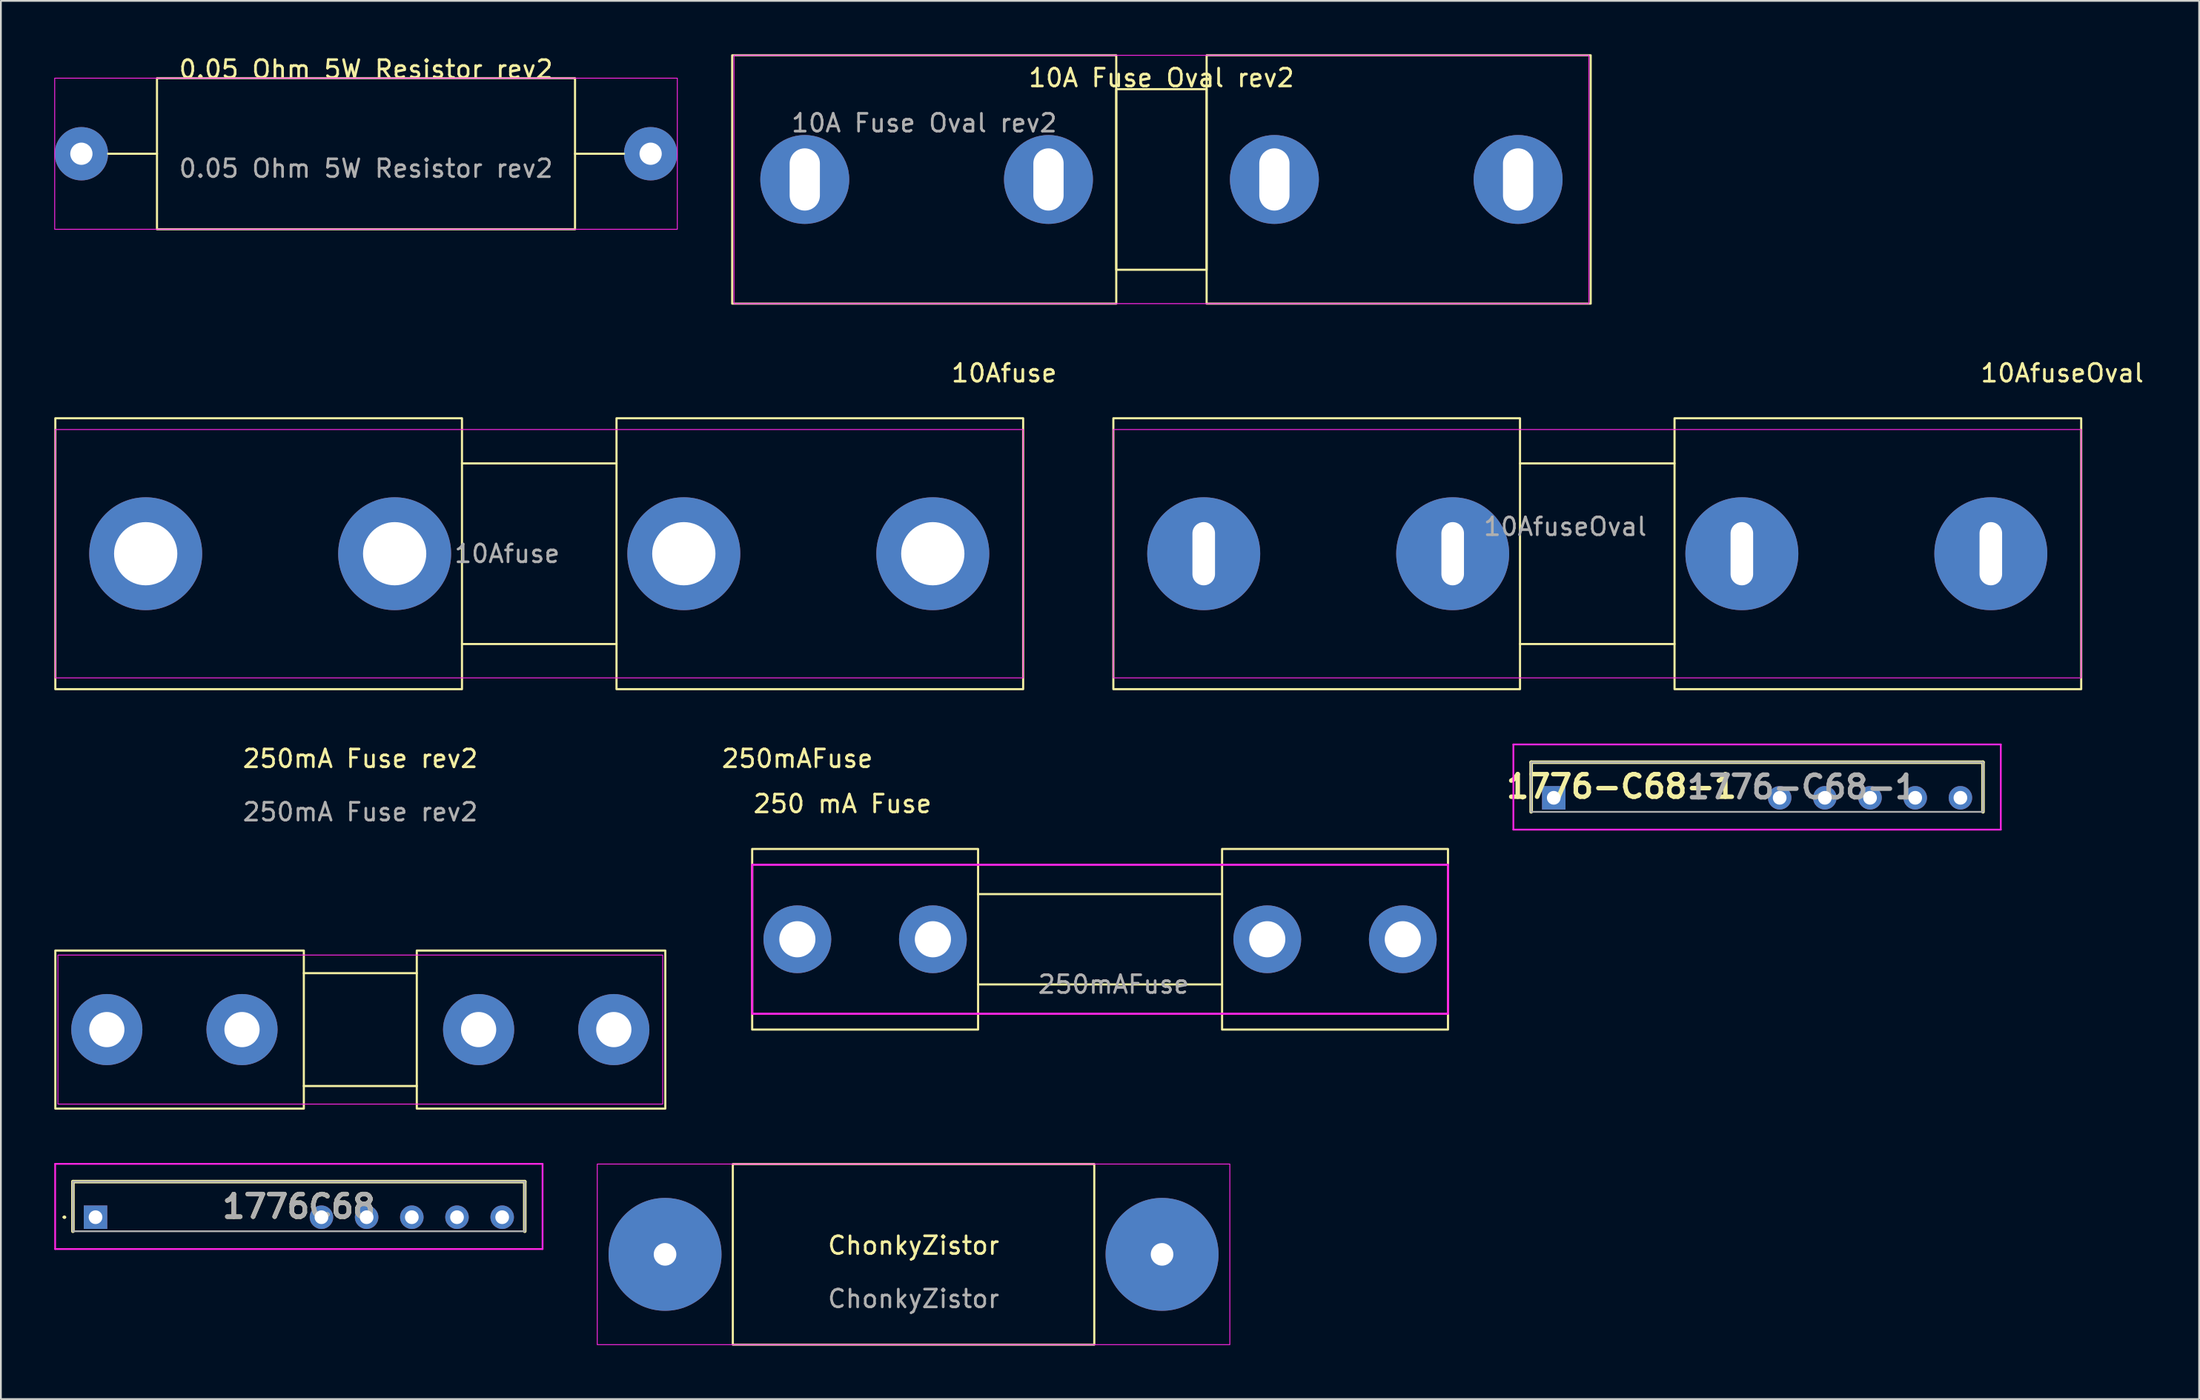
<source format=kicad_pcb>
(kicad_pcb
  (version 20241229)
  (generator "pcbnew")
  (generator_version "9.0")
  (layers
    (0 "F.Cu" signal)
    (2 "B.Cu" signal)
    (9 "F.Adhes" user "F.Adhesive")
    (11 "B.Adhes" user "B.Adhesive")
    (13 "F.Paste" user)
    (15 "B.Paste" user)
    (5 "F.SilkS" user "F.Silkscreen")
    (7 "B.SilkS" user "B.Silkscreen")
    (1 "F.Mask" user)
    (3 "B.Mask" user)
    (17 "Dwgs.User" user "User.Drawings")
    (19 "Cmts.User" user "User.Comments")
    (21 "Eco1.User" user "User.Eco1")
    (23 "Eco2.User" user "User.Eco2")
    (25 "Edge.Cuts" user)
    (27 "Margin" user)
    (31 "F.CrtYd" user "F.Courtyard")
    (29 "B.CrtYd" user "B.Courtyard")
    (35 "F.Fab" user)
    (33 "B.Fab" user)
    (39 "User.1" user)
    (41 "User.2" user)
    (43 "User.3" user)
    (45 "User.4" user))
  (footprint "10Afuse"
    (layer "F.Cu")
    (at 25.46 28.098)
    (property "Reference" "10Afuse" (at 27.94 -10.16 0) (unlocked yes) (layer "F.SilkS") (effects (font (size 1 1) (thickness 0.15))))
    (attr through_hole)
    (fp_line (start -2.54 -5.08) (end 6.147 -5.08) (stroke (width 0.12) (type solid)) (layer "F.SilkS"))
    (fp_line (start -2.54 5.08) (end 6.147 5.08) (stroke (width 0.12) (type solid)) (layer "F.SilkS"))
    (fp_rect (start -25.4 -7.62) (end -2.54 7.62) (stroke (width 0.12) (type solid)) (fill no) (layer "F.SilkS"))
    (fp_rect (start 6.147 -7.62) (end 29.007 7.62) (stroke (width 0.12) (type solid)) (fill no) (layer "F.SilkS"))
    (fp_rect (start -25.4 -6.985) (end 29.007 6.985) (stroke (width 0.05) (type solid)) (fill no) (layer "F.CrtYd"))
    (fp_text user "${REFERENCE}" (at 0 0 0) (unlocked yes) (layer "F.Fab") (effects (font (size 1 1) (thickness 0.15))))
    (pad "1" thru_hole circle (at -20.32 0) (size 6.35 6.35) (drill 3.556) (layers "*.Cu" "*.Mask"))
    (pad "2" thru_hole circle (at -6.325 0) (size 6.35 6.35) (drill 3.556) (layers "*.Cu" "*.Mask"))
    (pad "3" thru_hole circle (at 9.931 0) (size 6.35 6.35) (drill 3.556) (layers "*.Cu" "*.Mask"))
    (pad "4" thru_hole circle (at 23.927 0) (size 6.35 6.35) (drill 3.556) (layers "*.Cu" "*.Mask")))
  (footprint "250mA Fuse rev2"
    (layer "F.Cu")
    (at 17.205 54.867)
    (property "Reference" "250mA Fuse rev2" (at 0 -15.24 0) (unlocked yes) (layer "F.SilkS") (effects (font (size 1 1) (thickness 0.15))))
    (attr through_hole)
    (fp_line (start -3.175 -3.175) (end 3.175 -3.175) (stroke (width 0.12) (type default)) (layer "F.SilkS"))
    (fp_line (start 3.175 3.175) (end -3.175 3.175) (stroke (width 0.12) (type default)) (layer "F.SilkS"))
    (fp_rect (start -17.145 -4.445) (end -3.175 4.445) (stroke (width 0.12) (type default)) (fill no) (layer "F.SilkS"))
    (fp_rect (start 3.175 -4.445) (end 17.145 4.445) (stroke (width 0.12) (type default)) (fill no) (layer "F.SilkS"))
    (fp_rect (start -17 -4.191) (end 17 4.191) (stroke (width 0.05) (type default)) (fill no) (layer "F.CrtYd"))
    (fp_text user "${REFERENCE}" (at 0 -12.24 0) (unlocked yes) (layer "F.Fab") (effects (font (size 1 1) (thickness 0.15))))
    (pad "1" thru_hole circle (at -14.25 0) (size 4 4) (drill 1.98) (layers "*.Cu" "*.Mask"))
    (pad "2" thru_hole circle (at -6.65 0) (size 4 4) (drill 1.98) (layers "*.Cu" "*.Mask"))
    (pad "3" thru_hole circle (at 6.65 0) (size 4 4) (drill 1.98) (layers "*.Cu" "*.Mask"))
    (pad "4" thru_hole circle (at 14.25 0) (size 4 4) (drill 1.98) (layers "*.Cu" "*.Mask")))
  (footprint "ChonkyZistor"
    (layer "F.Cu")
    (at 48.305 67.511)
    (property "Reference" "ChonkyZistor" (at 0 -0.5 0) (unlocked yes) (layer "F.SilkS") (effects (font (size 1 1) (thickness 0.15))))
    (attr through_hole)
    (fp_rect (start -10.16 -5.08) (end 10.16 5.08) (stroke (width 0.12) (type solid)) (fill no) (layer "F.SilkS"))
    (fp_rect (start 17.78 -5.08) (end -17.78 5.08) (stroke (width 0.05) (type solid)) (fill no) (layer "F.CrtYd"))
    (fp_text user "${REFERENCE}" (at 0 2.5 0) (unlocked yes) (layer "F.Fab") (effects (font (size 1 1) (thickness 0.15))))
    (pad "1" thru_hole circle (at -13.97 0) (size 6.35 6.35) (drill 1.27) (layers "*.Cu" "*.Mask"))
    (pad "2" thru_hole circle (at 13.97 0) (size 6.35 6.35) (drill 1.27) (layers "*.Cu" "*.Mask")))
  (footprint "10AfuseOval"
    (layer "F.Cu")
    (at 84.937 26.574)
    (property "Reference" "10AfuseOval" (at 27.94 -8.636 0) (unlocked yes) (layer "F.SilkS") (effects (font (size 1 1) (thickness 0.15))))
    (attr through_hole)
    (fp_line (start -2.54 -3.556) (end 6.147 -3.556) (stroke (width 0.12) (type solid)) (layer "F.SilkS"))
    (fp_line (start -2.54 6.604) (end 6.147 6.604) (stroke (width 0.12) (type solid)) (layer "F.SilkS"))
    (fp_rect (start -25.4 -6.096) (end -2.54 9.144) (stroke (width 0.12) (type solid)) (fill no) (layer "F.SilkS"))
    (fp_rect (start 6.147 -6.096) (end 29.007 9.144) (stroke (width 0.12) (type solid)) (fill no) (layer "F.SilkS"))
    (fp_rect (start -25.4 -5.461) (end 29.007 8.509) (stroke (width 0.05) (type solid)) (fill no) (layer "F.CrtYd"))
    (fp_text user "${REFERENCE}" (at 0 0 0) (unlocked yes) (layer "F.Fab") (effects (font (size 1 1) (thickness 0.15))))
    (pad "1" thru_hole circle (at -20.32 1.524) (size 6.35 6.35) (drill oval 1.27 3.556) (layers "*.Cu" "*.Mask"))
    (pad "2" thru_hole circle (at -6.325 1.524) (size 6.35 6.35) (drill oval 1.27 3.556) (layers "*.Cu" "*.Mask"))
    (pad "3" thru_hole circle (at 9.931 1.524) (size 6.35 6.35) (drill oval 1.27 3.556) (layers "*.Cu" "*.Mask"))
    (pad "4" thru_hole circle (at 23.927 1.524) (size 6.35 6.35) (drill oval 1.27 3.556) (layers "*.Cu" "*.Mask")))
  (footprint "1776C68"
    (layer "F.Cu")
    (at 2.32 65.421)
    (property "Reference" "1776C68" (at 11.43 -0.605 0) (layer "F.SilkS") (effects (font (size 1.27 1.27) (thickness 0.254))))
    (attr through_hole)
    (fp_line (start -1.8 0) (end -1.8 0) (stroke (width 0.1) (type solid)) (layer "F.SilkS"))
    (fp_line (start -1.7 0) (end -1.7 0) (stroke (width 0.1) (type solid)) (layer "F.SilkS"))
    (fp_line (start -1.27 -2) (end 24.13 -2) (stroke (width 0.2) (type solid)) (layer "F.SilkS"))
    (fp_line (start -1.27 0.79) (end -1.27 -2) (stroke (width 0.2) (type solid)) (layer "F.SilkS"))
    (fp_line (start 24.13 -2) (end 24.13 0.79) (stroke (width 0.2) (type solid)) (layer "F.SilkS"))
    (fp_arc (start -1.8 0) (mid -1.75 -0.05) (end -1.7 0) (stroke (width 0.1) (type solid)) (layer "F.SilkS"))
    (fp_arc (start -1.7 0) (mid -1.75 0.05) (end -1.8 0) (stroke (width 0.1) (type solid)) (layer "F.SilkS"))
    (fp_line (start -2.27 -3) (end 25.13 -3) (stroke (width 0.1) (type solid)) (layer "F.CrtYd"))
    (fp_line (start -2.27 1.79) (end -2.27 -3) (stroke (width 0.1) (type solid)) (layer "F.CrtYd"))
    (fp_line (start 25.13 -3) (end 25.13 1.79) (stroke (width 0.1) (type solid)) (layer "F.CrtYd"))
    (fp_line (start 25.13 1.79) (end -2.27 1.79) (stroke (width 0.1) (type solid)) (layer "F.CrtYd"))
    (fp_line (start -1.27 -2) (end 24.13 -2) (stroke (width 0.1) (type solid)) (layer "F.Fab"))
    (fp_line (start -1.27 0.79) (end -1.27 -2) (stroke (width 0.1) (type solid)) (layer "F.Fab"))
    (fp_line (start 24.13 -2) (end 24.13 0.79) (stroke (width 0.1) (type solid)) (layer "F.Fab"))
    (fp_line (start 24.13 0.79) (end -1.27 0.79) (stroke (width 0.1) (type solid)) (layer "F.Fab"))
    (fp_text user "${REFERENCE}" (at 11.43 -0.605 0) (layer "F.Fab") (effects (font (size 1.27 1.27) (thickness 0.254))))
    (pad "1" thru_hole rect (at 0 0) (size 1.32 1.32) (drill 0.77) (layers "*.Cu" "*.Mask"))
    (pad "2" thru_hole circle (at 12.7 0) (size 1.32 1.32) (drill 0.77) (layers "*.Cu" "*.Mask"))
    (pad "3" thru_hole circle (at 15.24 0) (size 1.32 1.32) (drill 0.77) (layers "*.Cu" "*.Mask"))
    (pad "4" thru_hole circle (at 17.78 0) (size 1.32 1.32) (drill 0.77) (layers "*.Cu" "*.Mask"))
    (pad "5" thru_hole circle (at 20.32 0) (size 1.32 1.32) (drill 0.77) (layers "*.Cu" "*.Mask"))
    (pad "6" thru_hole circle (at 22.86 0) (size 1.32 1.32) (drill 0.77) (layers "*.Cu" "*.Mask")))
  (footprint "250mAFuse"
    (layer "F.Cu")
    (at 59.553 49.786)
    (property "Reference" "250mAFuse" (at -17.78 -10.16 0) (unlocked yes) (layer "F.SilkS") (effects (font (size 1 1) (thickness 0.15))))
    (attr through_hole)
    (fp_line (start -7.62 -2.54) (end 6.096 -2.54) (stroke (width 0.12) (type solid)) (layer "F.SilkS"))
    (fp_line (start -7.62 2.54) (end 6.096 2.54) (stroke (width 0.12) (type solid)) (layer "F.SilkS"))
    (fp_rect (start -20.32 -5.08) (end -7.62 5.08) (stroke (width 0.12) (type solid)) (fill no) (layer "F.SilkS"))
    (fp_rect (start 6.096 -5.08) (end 18.796 5.08) (stroke (width 0.12) (type solid)) (fill no) (layer "F.SilkS"))
    (fp_rect (start -20.32 -4.191) (end 18.796 4.191) (stroke (width 0.12) (type solid)) (fill no) (layer "F.CrtYd"))
    (fp_text user "250 mA Fuse" (at -15.24 -7.62 0) (unlocked yes) (layer "F.SilkS") (effects (font (size 1 1) (thickness 0.15))))
    (fp_text user "${REFERENCE}" (at 0 2.54 0) (unlocked yes) (layer "F.Fab") (effects (font (size 1 1) (thickness 0.15))))
    (pad "1" thru_hole circle (at -17.78 0) (size 3.81 3.81) (drill 2.032) (layers "*.Cu" "*.Mask"))
    (pad "2" thru_hole circle (at -10.16 0) (size 3.81 3.81) (drill 2.032) (layers "*.Cu" "*.Mask"))
    (pad "3" thru_hole circle (at 8.636 0) (size 3.81 3.81) (drill 2.032) (layers "*.Cu" "*.Mask"))
    (pad "4" thru_hole circle (at 16.256 0) (size 3.81 3.81) (drill 2.032) (layers "*.Cu" "*.Mask")))
  (footprint "0.05 Ohm 5W Resistor rev2"
    (layer "F.Cu")
    (at 27.685 1.348)
    (property "Reference" "0.05 Ohm 5W Resistor rev2" (at -10.16 -0.5 0) (unlocked yes) (layer "F.SilkS") (effects (font (size 1 1) (thickness 0.15))))
    (attr smd)
    (fp_line (start -21.91 4.25) (end -24.66 4.25) (stroke (width 0.12) (type default)) (layer "F.SilkS"))
    (fp_line (start 1.59 4.25) (end 4.34 4.25) (stroke (width 0.12) (type default)) (layer "F.SilkS"))
    (fp_rect (start -21.91 0) (end 1.59 8.5) (stroke (width 0.12) (type default)) (fill no) (layer "F.SilkS"))
    (fp_rect (start -27.66 0) (end 7.34 8.5) (stroke (width 0.05) (type default)) (fill no) (layer "F.CrtYd"))
    (fp_text user "${REFERENCE}" (at -10.16 5.08 0) (unlocked yes) (layer "F.Fab") (effects (font (size 1 1) (thickness 0.15))))
    (pad "1" thru_hole circle (at -26.16 4.25) (size 3 3) (drill 1.25) (layers "*.Cu" "*.Mask"))
    (pad "2" thru_hole circle (at 5.84 4.25) (size 3 3) (drill 1.25) (layers "*.Cu" "*.Mask")))
  (footprint "10A Fuse Oval rev2"
    (layer "F.Cu")
    (at 62.24 7.045)
    (property "Reference" "10A Fuse Oval rev2" (at 0 -5.715 0) (unlocked yes) (layer "F.SilkS") (effects (font (size 1 1) (thickness 0.15))))
    (attr through_hole)
    (fp_rect (start -24.13 -6.985) (end -2.54 6.985) (stroke (width 0.12) (type default)) (fill no) (layer "F.SilkS"))
    (fp_rect (start -2.54 -5.08) (end 2.54 5.08) (stroke (width 0.12) (type default)) (fill no) (layer "F.SilkS"))
    (fp_rect (start 24.13 -6.985) (end 2.54 6.985) (stroke (width 0.12) (type default)) (fill no) (layer "F.SilkS"))
    (fp_rect (start -24.028 -6.985) (end 24.028 6.985) (stroke (width 0.05) (type solid)) (fill no) (layer "F.CrtYd"))
    (fp_text user "${REFERENCE}" (at -13.335 -3.175 0) (unlocked yes) (layer "F.Fab") (effects (font (size 1 1) (thickness 0.15))))
    (pad "1" thru_hole circle (at -20.05 0) (size 5 5) (drill oval 1.7 3.5) (layers "*.Cu" "*.Mask"))
    (pad "2" thru_hole circle (at -6.35 0) (size 5 5) (drill oval 1.7 3.5) (layers "*.Cu" "*.Mask"))
    (pad "3" thru_hole circle (at 6.35 0) (size 5 5) (drill oval 1.7 3.5) (layers "*.Cu" "*.Mask"))
    (pad "4" thru_hole circle (at 20.05 0) (size 5 5) (drill oval 1.7 3.5) (layers "*.Cu" "*.Mask")))
  (footprint "1776-C68-1"
    (layer "F.Cu")
    (at 84.294 41.828)
    (property "Reference" "1776-C68-1" (at 3.81 -0.635 0) (layer "F.SilkS") (effects (font (size 1.27 1.27) (thickness 0.254))))
    (attr through_hole)
    (fp_line (start -1.8 0) (end -1.8 0) (stroke (width 0.1) (type solid)) (layer "F.SilkS"))
    (fp_line (start -1.7 0) (end -1.7 0) (stroke (width 0.1) (type solid)) (layer "F.SilkS"))
    (fp_line (start -1.27 -2) (end 24.13 -2) (stroke (width 0.2) (type solid)) (layer "F.SilkS"))
    (fp_line (start -1.27 0.79) (end -1.27 -2) (stroke (width 0.2) (type solid)) (layer "F.SilkS"))
    (fp_line (start 24.13 -2) (end 24.13 0.79) (stroke (width 0.2) (type solid)) (layer "F.SilkS"))
    (fp_arc (start -1.8 0) (mid -1.75 -0.05) (end -1.7 0) (stroke (width 0.1) (type solid)) (layer "F.SilkS"))
    (fp_arc (start -1.7 0) (mid -1.75 0.05) (end -1.8 0) (stroke (width 0.1) (type solid)) (layer "F.SilkS"))
    (fp_line (start -2.27 -3) (end 25.13 -3) (stroke (width 0.1) (type solid)) (layer "F.CrtYd"))
    (fp_line (start -2.27 1.79) (end -2.27 -3) (stroke (width 0.1) (type solid)) (layer "F.CrtYd"))
    (fp_line (start 25.13 -3) (end 25.13 1.79) (stroke (width 0.1) (type solid)) (layer "F.CrtYd"))
    (fp_line (start 25.13 1.79) (end -2.27 1.79) (stroke (width 0.1) (type solid)) (layer "F.CrtYd"))
    (fp_line (start -1.27 -2) (end 24.13 -2) (stroke (width 0.1) (type solid)) (layer "F.Fab"))
    (fp_line (start -1.27 0.79) (end -1.27 -2) (stroke (width 0.1) (type solid)) (layer "F.Fab"))
    (fp_line (start 24.13 -2) (end 24.13 0.79) (stroke (width 0.1) (type solid)) (layer "F.Fab"))
    (fp_line (start 24.13 0.79) (end -1.27 0.79) (stroke (width 0.1) (type solid)) (layer "F.Fab"))
    (fp_text user "${REFERENCE}" (at 13.97 -0.605 0) (layer "F.Fab") (effects (font (size 1.27 1.27) (thickness 0.254))))
    (pad "1" thru_hole circle (at 22.86 0) (size 1.32 1.32) (drill 0.77) (layers "*.Cu" "*.Mask"))
    (pad "2" thru_hole circle (at 20.32 0) (size 1.32 1.32) (drill 0.77) (layers "*.Cu" "*.Mask"))
    (pad "3" thru_hole circle (at 17.78 0) (size 1.32 1.32) (drill 0.77) (layers "*.Cu" "*.Mask"))
    (pad "4" thru_hole circle (at 15.24 0) (size 1.32 1.32) (drill 0.77) (layers "*.Cu" "*.Mask"))
    (pad "5" thru_hole circle (at 12.7 0) (size 1.32 1.32) (drill 0.77) (layers "*.Cu" "*.Mask"))
    (pad "6" thru_hole rect (at 0 0) (size 1.32 1.32) (drill 0.77) (layers "*.Cu" "*.Mask")))
  (gr_rect
    (start -3 -3)
    (end 120.574 75.651)
    (stroke (width 0.1) (type default))
    (fill no)
    (layer "Edge.Cuts")))
</source>
